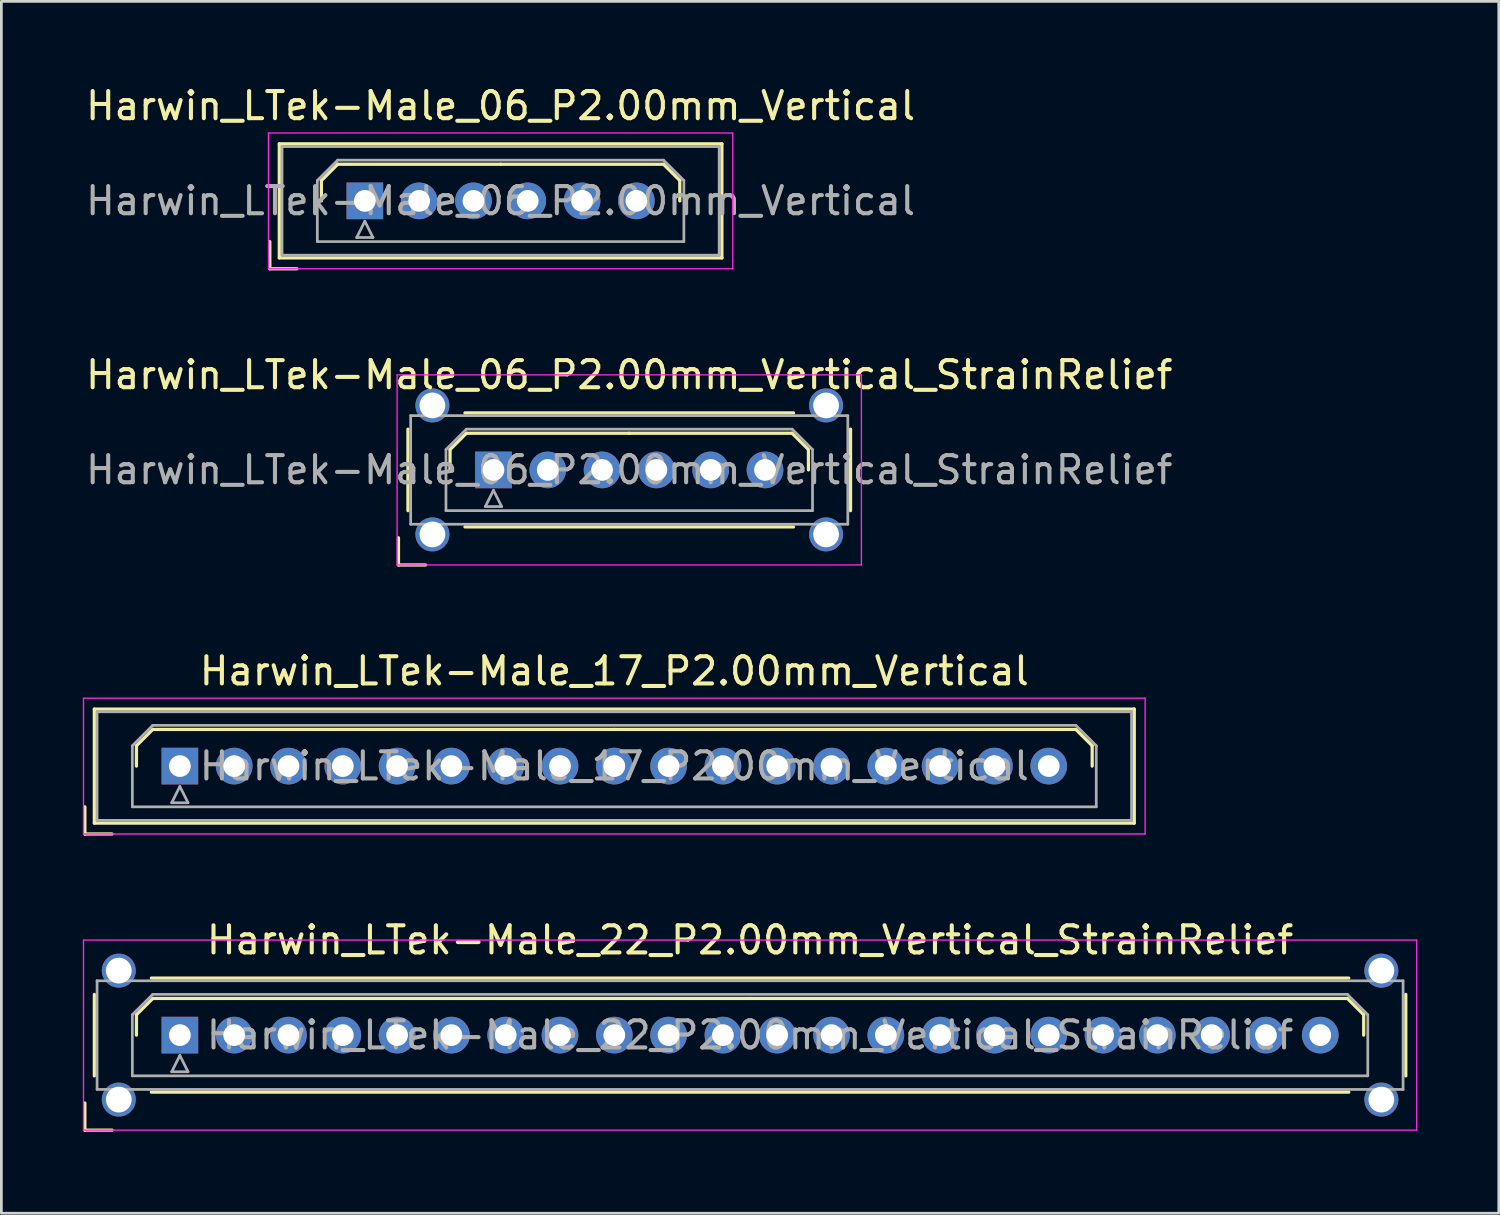
<source format=kicad_pcb>
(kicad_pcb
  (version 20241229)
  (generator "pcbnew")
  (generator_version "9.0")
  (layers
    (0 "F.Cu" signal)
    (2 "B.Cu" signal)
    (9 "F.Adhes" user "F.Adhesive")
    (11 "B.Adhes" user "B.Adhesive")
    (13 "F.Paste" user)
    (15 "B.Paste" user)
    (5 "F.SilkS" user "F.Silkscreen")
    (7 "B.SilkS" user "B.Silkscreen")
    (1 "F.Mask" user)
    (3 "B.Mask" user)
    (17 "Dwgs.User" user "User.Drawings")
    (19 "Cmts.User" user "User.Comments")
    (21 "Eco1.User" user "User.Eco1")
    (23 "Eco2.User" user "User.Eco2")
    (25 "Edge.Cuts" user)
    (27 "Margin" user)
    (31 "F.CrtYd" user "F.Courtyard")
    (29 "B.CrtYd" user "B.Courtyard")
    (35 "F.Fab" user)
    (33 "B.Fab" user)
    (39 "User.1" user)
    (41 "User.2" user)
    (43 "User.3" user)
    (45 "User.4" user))
  (footprint "Harwin_LTek-Male_06_P2.00mm_Vertical_StrainRelief"
    (layer "F.Cu")
    (at 15.125 14.257)
    (property "Reference" "Harwin_LTek-Male_06_P2.00mm_Vertical_StrainRelief" (at 5 -3.5 0) (layer "F.SilkS") (effects (font (size 1 1) (thickness 0.15))))
    (attr through_hole)
    (fp_line (start -3.5 2.5) (end -3.5 3.5) (stroke (width 0.12) (type solid)) (layer "F.SilkS"))
    (fp_line (start -3.5 3.5) (end -2.5 3.5) (stroke (width 0.12) (type solid)) (layer "F.SilkS"))
    (fp_line (start -3.15 -1.5) (end -3.15 1.5) (stroke (width 0.12) (type solid)) (layer "F.SilkS"))
    (fp_line (start -1.6 -0.75) (end -1 -1.35) (stroke (width 0.12) (type solid)) (layer "F.SilkS"))
    (fp_line (start -1.6 0) (end -1.6 -0.75) (stroke (width 0.12) (type solid)) (layer "F.SilkS"))
    (fp_line (start -1.05 -2.1) (end 11.05 -2.1) (stroke (width 0.12) (type solid)) (layer "F.SilkS"))
    (fp_line (start -1.05 2.1) (end 11.05 2.1) (stroke (width 0.12) (type solid)) (layer "F.SilkS"))
    (fp_line (start -1 -1.35) (end 5 -1.35) (stroke (width 0.12) (type solid)) (layer "F.SilkS"))
    (fp_line (start 11 -1.35) (end 5 -1.35) (stroke (width 0.12) (type solid)) (layer "F.SilkS"))
    (fp_line (start 11.6 -0.75) (end 11 -1.35) (stroke (width 0.12) (type solid)) (layer "F.SilkS"))
    (fp_line (start 11.6 0) (end 11.6 -0.75) (stroke (width 0.12) (type solid)) (layer "F.SilkS"))
    (fp_line (start 13.15 -1.5) (end 13.15 1.5) (stroke (width 0.12) (type solid)) (layer "F.SilkS"))
    (fp_line (start -3.55 -3.5) (end -3.55 3.5) (stroke (width 0.05) (type solid)) (layer "F.CrtYd"))
    (fp_line (start -3.55 3.5) (end 13.55 3.5) (stroke (width 0.05) (type solid)) (layer "F.CrtYd"))
    (fp_line (start 13.55 -3.5) (end -3.55 -3.5) (stroke (width 0.05) (type solid)) (layer "F.CrtYd"))
    (fp_line (start 13.55 3.5) (end 13.55 -3.5) (stroke (width 0.05) (type solid)) (layer "F.CrtYd"))
    (fp_line (start -3.05 -2) (end -3.05 2) (stroke (width 0.1) (type solid)) (layer "F.Fab"))
    (fp_line (start -3.05 2) (end 13.05 2) (stroke (width 0.1) (type solid)) (layer "F.Fab"))
    (fp_line (start -1.75 -0.75) (end -1 -1.5) (stroke (width 0.1) (type solid)) (layer "F.Fab"))
    (fp_line (start -1.75 1.5) (end -1.75 -0.75) (stroke (width 0.1) (type solid)) (layer "F.Fab"))
    (fp_line (start -1 -1.5) (end 11 -1.5) (stroke (width 0.1) (type solid)) (layer "F.Fab"))
    (fp_line (start -0.3 1.35) (end 0.3 1.35) (stroke (width 0.1) (type solid)) (layer "F.Fab"))
    (fp_line (start 0 0.75) (end -0.3 1.35) (stroke (width 0.1) (type solid)) (layer "F.Fab"))
    (fp_line (start 0.3 1.35) (end 0 0.75) (stroke (width 0.1) (type solid)) (layer "F.Fab"))
    (fp_line (start 11 -1.5) (end 11.75 -0.75) (stroke (width 0.1) (type solid)) (layer "F.Fab"))
    (fp_line (start 11.75 -0.75) (end 11.75 1.5) (stroke (width 0.1) (type solid)) (layer "F.Fab"))
    (fp_line (start 11.75 1.5) (end -1.75 1.5) (stroke (width 0.1) (type solid)) (layer "F.Fab"))
    (fp_line (start 13.05 -2) (end -3.05 -2) (stroke (width 0.1) (type solid)) (layer "F.Fab"))
    (fp_line (start 13.05 2) (end 13.05 -2) (stroke (width 0.1) (type solid)) (layer "F.Fab"))
    (fp_text user "${REFERENCE}" (at 5 0 0) (layer "F.Fab") (effects (font (size 1 1) (thickness 0.15))))
    (pad "" thru_hole circle (at -2.25 -2.375) (size 1.25 1.25) (drill 0.95) (layers "*.Cu" "*.Mask"))
    (pad "" thru_hole circle (at -2.25 2.375) (size 1.25 1.25) (drill 0.95) (layers "*.Cu" "*.Mask"))
    (pad "" thru_hole circle (at 12.25 -2.375) (size 1.25 1.25) (drill 0.95) (layers "*.Cu" "*.Mask"))
    (pad "" thru_hole circle (at 12.25 2.375) (size 1.25 1.25) (drill 0.95) (layers "*.Cu" "*.Mask"))
    (pad "1" thru_hole rect (at 0 0) (size 1.35 1.35) (drill 0.8) (layers "*.Cu" "*.Mask"))
    (pad "2" thru_hole circle (at 2 0) (size 1.35 1.35) (drill 0.8) (layers "*.Cu" "*.Mask"))
    (pad "3" thru_hole circle (at 4 0) (size 1.35 1.35) (drill 0.8) (layers "*.Cu" "*.Mask"))
    (pad "4" thru_hole circle (at 6 0) (size 1.35 1.35) (drill 0.8) (layers "*.Cu" "*.Mask"))
    (pad "5" thru_hole circle (at 8 0) (size 1.35 1.35) (drill 0.8) (layers "*.Cu" "*.Mask"))
    (pad "6" thru_hole circle (at 10 0) (size 1.35 1.35) (drill 0.8) (layers "*.Cu" "*.Mask")))
  (footprint "Harwin_LTek-Male_06_P2.00mm_Vertical"
    (layer "F.Cu")
    (at 10.387 4.348)
    (property "Reference" "Harwin_LTek-Male_06_P2.00mm_Vertical" (at 5 -3.5 0) (layer "F.SilkS") (effects (font (size 1 1) (thickness 0.15))))
    (attr through_hole)
    (fp_line (start -3.5 1.5) (end -3.5 2.5) (stroke (width 0.12) (type solid)) (layer "F.SilkS"))
    (fp_line (start -3.5 2.5) (end -2.5 2.5) (stroke (width 0.12) (type solid)) (layer "F.SilkS"))
    (fp_line (start -3.15 -2.1) (end -3.15 2.1) (stroke (width 0.12) (type solid)) (layer "F.SilkS"))
    (fp_line (start -3.15 2.1) (end 13.15 2.1) (stroke (width 0.12) (type solid)) (layer "F.SilkS"))
    (fp_line (start -1.6 -0.75) (end -1 -1.35) (stroke (width 0.12) (type solid)) (layer "F.SilkS"))
    (fp_line (start -1.6 0) (end -1.6 -0.75) (stroke (width 0.12) (type solid)) (layer "F.SilkS"))
    (fp_line (start -1 -1.35) (end 5 -1.35) (stroke (width 0.12) (type solid)) (layer "F.SilkS"))
    (fp_line (start 11 -1.35) (end 5 -1.35) (stroke (width 0.12) (type solid)) (layer "F.SilkS"))
    (fp_line (start 11.6 -0.75) (end 11 -1.35) (stroke (width 0.12) (type solid)) (layer "F.SilkS"))
    (fp_line (start 11.6 0) (end 11.6 -0.75) (stroke (width 0.12) (type solid)) (layer "F.SilkS"))
    (fp_line (start 13.15 -2.1) (end -3.15 -2.1) (stroke (width 0.12) (type solid)) (layer "F.SilkS"))
    (fp_line (start 13.15 2.1) (end 13.15 -2.1) (stroke (width 0.12) (type solid)) (layer "F.SilkS"))
    (fp_line (start -3.55 -2.5) (end -3.55 2.5) (stroke (width 0.05) (type solid)) (layer "F.CrtYd"))
    (fp_line (start -3.55 2.5) (end 13.55 2.5) (stroke (width 0.05) (type solid)) (layer "F.CrtYd"))
    (fp_line (start 13.55 -2.5) (end -3.55 -2.5) (stroke (width 0.05) (type solid)) (layer "F.CrtYd"))
    (fp_line (start 13.55 2.5) (end 13.55 -2.5) (stroke (width 0.05) (type solid)) (layer "F.CrtYd"))
    (fp_line (start -3.05 -2) (end -3.05 2) (stroke (width 0.1) (type solid)) (layer "F.Fab"))
    (fp_line (start -3.05 2) (end 13.05 2) (stroke (width 0.1) (type solid)) (layer "F.Fab"))
    (fp_line (start -1.75 -0.75) (end -1 -1.5) (stroke (width 0.1) (type solid)) (layer "F.Fab"))
    (fp_line (start -1.75 1.5) (end -1.75 -0.75) (stroke (width 0.1) (type solid)) (layer "F.Fab"))
    (fp_line (start -1 -1.5) (end 11 -1.5) (stroke (width 0.1) (type solid)) (layer "F.Fab"))
    (fp_line (start -0.3 1.35) (end 0.3 1.35) (stroke (width 0.1) (type solid)) (layer "F.Fab"))
    (fp_line (start 0 0.75) (end -0.3 1.35) (stroke (width 0.1) (type solid)) (layer "F.Fab"))
    (fp_line (start 0.3 1.35) (end 0 0.75) (stroke (width 0.1) (type solid)) (layer "F.Fab"))
    (fp_line (start 11 -1.5) (end 11.75 -0.75) (stroke (width 0.1) (type solid)) (layer "F.Fab"))
    (fp_line (start 11.75 -0.75) (end 11.75 1.5) (stroke (width 0.1) (type solid)) (layer "F.Fab"))
    (fp_line (start 11.75 1.5) (end -1.75 1.5) (stroke (width 0.1) (type solid)) (layer "F.Fab"))
    (fp_line (start 13.05 -2) (end -3.05 -2) (stroke (width 0.1) (type solid)) (layer "F.Fab"))
    (fp_line (start 13.05 2) (end 13.05 -2) (stroke (width 0.1) (type solid)) (layer "F.Fab"))
    (fp_text user "${REFERENCE}" (at 5 0 0) (layer "F.Fab") (effects (font (size 1 1) (thickness 0.15))))
    (pad "1" thru_hole rect (at 0 0) (size 1.35 1.35) (drill 0.8) (layers "*.Cu" "*.Mask"))
    (pad "2" thru_hole circle (at 2 0) (size 1.35 1.35) (drill 0.8) (layers "*.Cu" "*.Mask"))
    (pad "3" thru_hole circle (at 4 0) (size 1.35 1.35) (drill 0.8) (layers "*.Cu" "*.Mask"))
    (pad "4" thru_hole circle (at 6 0) (size 1.35 1.35) (drill 0.8) (layers "*.Cu" "*.Mask"))
    (pad "5" thru_hole circle (at 8 0) (size 1.35 1.35) (drill 0.8) (layers "*.Cu" "*.Mask"))
    (pad "6" thru_hole circle (at 10 0) (size 1.35 1.35) (drill 0.8) (layers "*.Cu" "*.Mask")))
  (footprint "Harwin_LTek-Male_22_P2.00mm_Vertical_StrainRelief"
    (layer "F.Cu")
    (at 3.575 35.073)
    (property "Reference" "Harwin_LTek-Male_22_P2.00mm_Vertical_StrainRelief" (at 21 -3.5 0) (layer "F.SilkS") (effects (font (size 1 1) (thickness 0.15))))
    (attr through_hole)
    (fp_line (start -3.5 2.5) (end -3.5 3.5) (stroke (width 0.12) (type solid)) (layer "F.SilkS"))
    (fp_line (start -3.5 3.5) (end -2.5 3.5) (stroke (width 0.12) (type solid)) (layer "F.SilkS"))
    (fp_line (start -3.15 -1.5) (end -3.15 1.5) (stroke (width 0.12) (type solid)) (layer "F.SilkS"))
    (fp_line (start -1.6 -0.75) (end -1 -1.35) (stroke (width 0.12) (type solid)) (layer "F.SilkS"))
    (fp_line (start -1.6 0) (end -1.6 -0.75) (stroke (width 0.12) (type solid)) (layer "F.SilkS"))
    (fp_line (start -1.05 -2.1) (end 43.05 -2.1) (stroke (width 0.12) (type solid)) (layer "F.SilkS"))
    (fp_line (start -1.05 2.1) (end 43.05 2.1) (stroke (width 0.12) (type solid)) (layer "F.SilkS"))
    (fp_line (start -1 -1.35) (end 21 -1.35) (stroke (width 0.12) (type solid)) (layer "F.SilkS"))
    (fp_line (start 43 -1.35) (end 21 -1.35) (stroke (width 0.12) (type solid)) (layer "F.SilkS"))
    (fp_line (start 43.6 -0.75) (end 43 -1.35) (stroke (width 0.12) (type solid)) (layer "F.SilkS"))
    (fp_line (start 43.6 0) (end 43.6 -0.75) (stroke (width 0.12) (type solid)) (layer "F.SilkS"))
    (fp_line (start 45.15 -1.5) (end 45.15 1.5) (stroke (width 0.12) (type solid)) (layer "F.SilkS"))
    (fp_line (start -3.55 -3.5) (end -3.55 3.5) (stroke (width 0.05) (type solid)) (layer "F.CrtYd"))
    (fp_line (start -3.55 3.5) (end 45.55 3.5) (stroke (width 0.05) (type solid)) (layer "F.CrtYd"))
    (fp_line (start 45.55 -3.5) (end -3.55 -3.5) (stroke (width 0.05) (type solid)) (layer "F.CrtYd"))
    (fp_line (start 45.55 3.5) (end 45.55 -3.5) (stroke (width 0.05) (type solid)) (layer "F.CrtYd"))
    (fp_line (start -3.05 -2) (end -3.05 2) (stroke (width 0.1) (type solid)) (layer "F.Fab"))
    (fp_line (start -3.05 2) (end 45.05 2) (stroke (width 0.1) (type solid)) (layer "F.Fab"))
    (fp_line (start -1.75 -0.75) (end -1 -1.5) (stroke (width 0.1) (type solid)) (layer "F.Fab"))
    (fp_line (start -1.75 1.5) (end -1.75 -0.75) (stroke (width 0.1) (type solid)) (layer "F.Fab"))
    (fp_line (start -1 -1.5) (end 43 -1.5) (stroke (width 0.1) (type solid)) (layer "F.Fab"))
    (fp_line (start -0.3 1.35) (end 0.3 1.35) (stroke (width 0.1) (type solid)) (layer "F.Fab"))
    (fp_line (start 0 0.75) (end -0.3 1.35) (stroke (width 0.1) (type solid)) (layer "F.Fab"))
    (fp_line (start 0.3 1.35) (end 0 0.75) (stroke (width 0.1) (type solid)) (layer "F.Fab"))
    (fp_line (start 43 -1.5) (end 43.75 -0.75) (stroke (width 0.1) (type solid)) (layer "F.Fab"))
    (fp_line (start 43.75 -0.75) (end 43.75 1.5) (stroke (width 0.1) (type solid)) (layer "F.Fab"))
    (fp_line (start 43.75 1.5) (end -1.75 1.5) (stroke (width 0.1) (type solid)) (layer "F.Fab"))
    (fp_line (start 45.05 -2) (end -3.05 -2) (stroke (width 0.1) (type solid)) (layer "F.Fab"))
    (fp_line (start 45.05 2) (end 45.05 -2) (stroke (width 0.1) (type solid)) (layer "F.Fab"))
    (fp_text user "${REFERENCE}" (at 21 0 0) (layer "F.Fab") (effects (font (size 1 1) (thickness 0.15))))
    (pad "" thru_hole circle (at -2.25 -2.375) (size 1.25 1.25) (drill 0.95) (layers "*.Cu" "*.Mask"))
    (pad "" thru_hole circle (at -2.25 2.375) (size 1.25 1.25) (drill 0.95) (layers "*.Cu" "*.Mask"))
    (pad "" thru_hole circle (at 44.25 -2.375) (size 1.25 1.25) (drill 0.95) (layers "*.Cu" "*.Mask"))
    (pad "" thru_hole circle (at 44.25 2.375) (size 1.25 1.25) (drill 0.95) (layers "*.Cu" "*.Mask"))
    (pad "1" thru_hole rect (at 0 0) (size 1.35 1.35) (drill 0.8) (layers "*.Cu" "*.Mask"))
    (pad "2" thru_hole circle (at 2 0) (size 1.35 1.35) (drill 0.8) (layers "*.Cu" "*.Mask"))
    (pad "3" thru_hole circle (at 4 0) (size 1.35 1.35) (drill 0.8) (layers "*.Cu" "*.Mask"))
    (pad "4" thru_hole circle (at 6 0) (size 1.35 1.35) (drill 0.8) (layers "*.Cu" "*.Mask"))
    (pad "5" thru_hole circle (at 8 0) (size 1.35 1.35) (drill 0.8) (layers "*.Cu" "*.Mask"))
    (pad "6" thru_hole circle (at 10 0) (size 1.35 1.35) (drill 0.8) (layers "*.Cu" "*.Mask"))
    (pad "7" thru_hole circle (at 12 0) (size 1.35 1.35) (drill 0.8) (layers "*.Cu" "*.Mask"))
    (pad "8" thru_hole circle (at 14 0) (size 1.35 1.35) (drill 0.8) (layers "*.Cu" "*.Mask"))
    (pad "9" thru_hole circle (at 16 0) (size 1.35 1.35) (drill 0.8) (layers "*.Cu" "*.Mask"))
    (pad "10" thru_hole circle (at 18 0) (size 1.35 1.35) (drill 0.8) (layers "*.Cu" "*.Mask"))
    (pad "11" thru_hole circle (at 20 0) (size 1.35 1.35) (drill 0.8) (layers "*.Cu" "*.Mask"))
    (pad "12" thru_hole circle (at 22 0) (size 1.35 1.35) (drill 0.8) (layers "*.Cu" "*.Mask"))
    (pad "13" thru_hole circle (at 24 0) (size 1.35 1.35) (drill 0.8) (layers "*.Cu" "*.Mask"))
    (pad "14" thru_hole circle (at 26 0) (size 1.35 1.35) (drill 0.8) (layers "*.Cu" "*.Mask"))
    (pad "15" thru_hole circle (at 28 0) (size 1.35 1.35) (drill 0.8) (layers "*.Cu" "*.Mask"))
    (pad "16" thru_hole circle (at 30 0) (size 1.35 1.35) (drill 0.8) (layers "*.Cu" "*.Mask"))
    (pad "17" thru_hole circle (at 32 0) (size 1.35 1.35) (drill 0.8) (layers "*.Cu" "*.Mask"))
    (pad "18" thru_hole circle (at 34 0) (size 1.35 1.35) (drill 0.8) (layers "*.Cu" "*.Mask"))
    (pad "19" thru_hole circle (at 36 0) (size 1.35 1.35) (drill 0.8) (layers "*.Cu" "*.Mask"))
    (pad "20" thru_hole circle (at 38 0) (size 1.35 1.35) (drill 0.8) (layers "*.Cu" "*.Mask"))
    (pad "21" thru_hole circle (at 40 0) (size 1.35 1.35) (drill 0.8) (layers "*.Cu" "*.Mask"))
    (pad "22" thru_hole circle (at 42 0) (size 1.35 1.35) (drill 0.8) (layers "*.Cu" "*.Mask")))
  (footprint "Harwin_LTek-Male_17_P2.00mm_Vertical"
    (layer "F.Cu")
    (at 3.575 25.165)
    (property "Reference" "Harwin_LTek-Male_17_P2.00mm_Vertical" (at 16 -3.5 0) (layer "F.SilkS") (effects (font (size 1 1) (thickness 0.15))))
    (attr through_hole)
    (fp_line (start -3.5 1.5) (end -3.5 2.5) (stroke (width 0.12) (type solid)) (layer "F.SilkS"))
    (fp_line (start -3.5 2.5) (end -2.5 2.5) (stroke (width 0.12) (type solid)) (layer "F.SilkS"))
    (fp_line (start -3.15 -2.1) (end -3.15 2.1) (stroke (width 0.12) (type solid)) (layer "F.SilkS"))
    (fp_line (start -3.15 2.1) (end 35.15 2.1) (stroke (width 0.12) (type solid)) (layer "F.SilkS"))
    (fp_line (start -1.6 -0.75) (end -1 -1.35) (stroke (width 0.12) (type solid)) (layer "F.SilkS"))
    (fp_line (start -1.6 0) (end -1.6 -0.75) (stroke (width 0.12) (type solid)) (layer "F.SilkS"))
    (fp_line (start -1 -1.35) (end 16 -1.35) (stroke (width 0.12) (type solid)) (layer "F.SilkS"))
    (fp_line (start 33 -1.35) (end 16 -1.35) (stroke (width 0.12) (type solid)) (layer "F.SilkS"))
    (fp_line (start 33.6 -0.75) (end 33 -1.35) (stroke (width 0.12) (type solid)) (layer "F.SilkS"))
    (fp_line (start 33.6 0) (end 33.6 -0.75) (stroke (width 0.12) (type solid)) (layer "F.SilkS"))
    (fp_line (start 35.15 -2.1) (end -3.15 -2.1) (stroke (width 0.12) (type solid)) (layer "F.SilkS"))
    (fp_line (start 35.15 2.1) (end 35.15 -2.1) (stroke (width 0.12) (type solid)) (layer "F.SilkS"))
    (fp_line (start -3.55 -2.5) (end -3.55 2.5) (stroke (width 0.05) (type solid)) (layer "F.CrtYd"))
    (fp_line (start -3.55 2.5) (end 35.55 2.5) (stroke (width 0.05) (type solid)) (layer "F.CrtYd"))
    (fp_line (start 35.55 -2.5) (end -3.55 -2.5) (stroke (width 0.05) (type solid)) (layer "F.CrtYd"))
    (fp_line (start 35.55 2.5) (end 35.55 -2.5) (stroke (width 0.05) (type solid)) (layer "F.CrtYd"))
    (fp_line (start -3.05 -2) (end -3.05 2) (stroke (width 0.1) (type solid)) (layer "F.Fab"))
    (fp_line (start -3.05 2) (end 35.05 2) (stroke (width 0.1) (type solid)) (layer "F.Fab"))
    (fp_line (start -1.75 -0.75) (end -1 -1.5) (stroke (width 0.1) (type solid)) (layer "F.Fab"))
    (fp_line (start -1.75 1.5) (end -1.75 -0.75) (stroke (width 0.1) (type solid)) (layer "F.Fab"))
    (fp_line (start -1 -1.5) (end 33 -1.5) (stroke (width 0.1) (type solid)) (layer "F.Fab"))
    (fp_line (start -0.3 1.35) (end 0.3 1.35) (stroke (width 0.1) (type solid)) (layer "F.Fab"))
    (fp_line (start 0 0.75) (end -0.3 1.35) (stroke (width 0.1) (type solid)) (layer "F.Fab"))
    (fp_line (start 0.3 1.35) (end 0 0.75) (stroke (width 0.1) (type solid)) (layer "F.Fab"))
    (fp_line (start 33 -1.5) (end 33.75 -0.75) (stroke (width 0.1) (type solid)) (layer "F.Fab"))
    (fp_line (start 33.75 -0.75) (end 33.75 1.5) (stroke (width 0.1) (type solid)) (layer "F.Fab"))
    (fp_line (start 33.75 1.5) (end -1.75 1.5) (stroke (width 0.1) (type solid)) (layer "F.Fab"))
    (fp_line (start 35.05 -2) (end -3.05 -2) (stroke (width 0.1) (type solid)) (layer "F.Fab"))
    (fp_line (start 35.05 2) (end 35.05 -2) (stroke (width 0.1) (type solid)) (layer "F.Fab"))
    (fp_text user "${REFERENCE}" (at 16 0 0) (layer "F.Fab") (effects (font (size 1 1) (thickness 0.15))))
    (pad "1" thru_hole rect (at 0 0) (size 1.35 1.35) (drill 0.8) (layers "*.Cu" "*.Mask"))
    (pad "2" thru_hole circle (at 2 0) (size 1.35 1.35) (drill 0.8) (layers "*.Cu" "*.Mask"))
    (pad "3" thru_hole circle (at 4 0) (size 1.35 1.35) (drill 0.8) (layers "*.Cu" "*.Mask"))
    (pad "4" thru_hole circle (at 6 0) (size 1.35 1.35) (drill 0.8) (layers "*.Cu" "*.Mask"))
    (pad "5" thru_hole circle (at 8 0) (size 1.35 1.35) (drill 0.8) (layers "*.Cu" "*.Mask"))
    (pad "6" thru_hole circle (at 10 0) (size 1.35 1.35) (drill 0.8) (layers "*.Cu" "*.Mask"))
    (pad "7" thru_hole circle (at 12 0) (size 1.35 1.35) (drill 0.8) (layers "*.Cu" "*.Mask"))
    (pad "8" thru_hole circle (at 14 0) (size 1.35 1.35) (drill 0.8) (layers "*.Cu" "*.Mask"))
    (pad "9" thru_hole circle (at 16 0) (size 1.35 1.35) (drill 0.8) (layers "*.Cu" "*.Mask"))
    (pad "10" thru_hole circle (at 18 0) (size 1.35 1.35) (drill 0.8) (layers "*.Cu" "*.Mask"))
    (pad "11" thru_hole circle (at 20 0) (size 1.35 1.35) (drill 0.8) (layers "*.Cu" "*.Mask"))
    (pad "12" thru_hole circle (at 22 0) (size 1.35 1.35) (drill 0.8) (layers "*.Cu" "*.Mask"))
    (pad "13" thru_hole circle (at 24 0) (size 1.35 1.35) (drill 0.8) (layers "*.Cu" "*.Mask"))
    (pad "14" thru_hole circle (at 26 0) (size 1.35 1.35) (drill 0.8) (layers "*.Cu" "*.Mask"))
    (pad "15" thru_hole circle (at 28 0) (size 1.35 1.35) (drill 0.8) (layers "*.Cu" "*.Mask"))
    (pad "16" thru_hole circle (at 30 0) (size 1.35 1.35) (drill 0.8) (layers "*.Cu" "*.Mask"))
    (pad "17" thru_hole circle (at 32 0) (size 1.35 1.35) (drill 0.8) (layers "*.Cu" "*.Mask")))
  (gr_rect
    (start -3 -3)
    (end 52.15 41.633)
    (stroke (width 0.1) (type default))
    (fill no)
    (layer "Edge.Cuts")))
</source>
